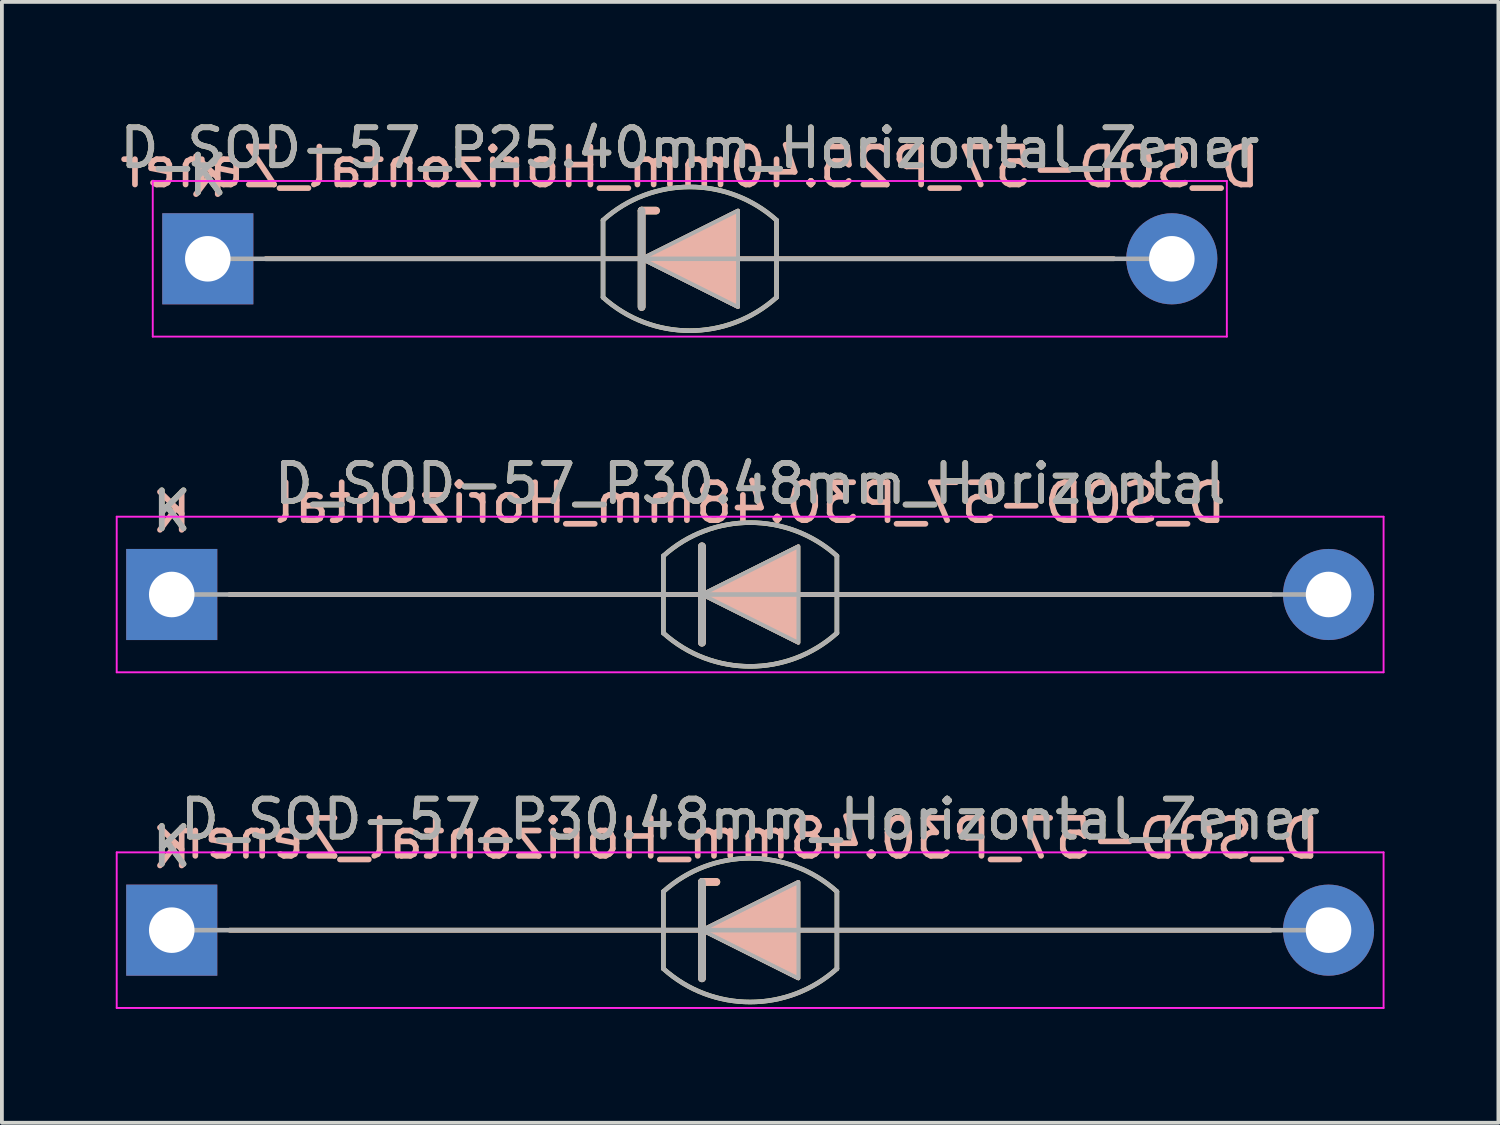
<source format=kicad_pcb>
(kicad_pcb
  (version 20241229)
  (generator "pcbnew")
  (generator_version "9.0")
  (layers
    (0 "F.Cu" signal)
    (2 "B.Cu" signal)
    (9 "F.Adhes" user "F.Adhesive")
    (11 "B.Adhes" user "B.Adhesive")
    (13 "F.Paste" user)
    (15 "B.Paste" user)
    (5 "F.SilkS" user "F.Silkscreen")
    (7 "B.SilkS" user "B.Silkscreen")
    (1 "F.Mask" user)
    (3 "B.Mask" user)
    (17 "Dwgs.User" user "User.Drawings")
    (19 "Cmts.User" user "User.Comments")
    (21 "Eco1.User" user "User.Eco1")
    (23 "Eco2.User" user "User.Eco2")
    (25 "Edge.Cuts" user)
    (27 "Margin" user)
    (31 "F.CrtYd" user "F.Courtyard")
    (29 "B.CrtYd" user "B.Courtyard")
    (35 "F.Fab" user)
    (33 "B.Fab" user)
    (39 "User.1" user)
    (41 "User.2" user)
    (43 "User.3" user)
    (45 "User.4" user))
  (footprint "D_SOD-57_P30.48mm_Horizontal"
    (layer "F.Cu")
    (at 1.475 12.614)
    (property "Reference" "D_SOD-57_P30.48mm_Horizontal" (at 15.24 -2.92 0) (layer "F.SilkS") (effects (font (size 1 1) (thickness 0.15))))
    (fp_line (start 1.524 0) (end 28.956 0) (stroke (width 0.12) (type solid)) (layer "F.SilkS"))
    (fp_line (start 12.954 -1.016) (end 12.954 1.016) (stroke (width 0.12) (type solid)) (layer "F.SilkS"))
    (fp_line (start 13.97 1.27) (end 13.97 -1.27) (stroke (width 0.2) (type solid)) (layer "F.SilkS"))
    (fp_line (start 17.526 -1.016) (end 17.526 1.016) (stroke (width 0.12) (type solid)) (layer "F.SilkS"))
    (fp_arc (start 12.954 -1.016) (mid 15.239999 -1.89322) (end 17.525998 -1.016) (stroke (width 0.12) (type solid)) (layer "F.SilkS"))
    (fp_arc (start 17.526 1.016) (mid 15.240001 1.89322) (end 12.954002 1.016) (stroke (width 0.12) (type solid)) (layer "F.SilkS"))
    (fp_poly (pts (xy 16.51 1.27) (xy 13.97 0) (xy 16.51 -1.27)) (stroke (width 0.1) (type solid)) (fill yes) (layer "F.SilkS"))
    (fp_line (start 1.524 0) (end 28.956 0) (stroke (width 0.12) (type solid)) (layer "B.SilkS"))
    (fp_line (start 13.97 -1.27) (end 13.97 1.27) (stroke (width 0.2) (type solid)) (layer "B.SilkS"))
    (fp_poly (pts (xy 16.51 -1.27) (xy 13.97 0) (xy 16.51 1.27)) (stroke (width 0.1) (type solid)) (fill yes) (layer "B.SilkS"))
    (fp_line (start -1.45 -2.05) (end -1.45 2.05) (stroke (width 0.05) (type solid)) (layer "F.CrtYd"))
    (fp_line (start -1.45 2.05) (end 31.93 2.05) (stroke (width 0.05) (type solid)) (layer "F.CrtYd"))
    (fp_line (start 31.93 -2.05) (end -1.45 -2.05) (stroke (width 0.05) (type solid)) (layer "F.CrtYd"))
    (fp_line (start 31.93 2.05) (end 31.93 -2.05) (stroke (width 0.05) (type solid)) (layer "F.CrtYd"))
    (fp_line (start 0 0) (end 30.48 0) (stroke (width 0.12) (type solid)) (layer "F.Fab"))
    (fp_line (start 12.954 -1.016) (end 12.954 1.016) (stroke (width 0.12) (type solid)) (layer "F.Fab"))
    (fp_line (start 13.97 1.27) (end 13.97 -1.27) (stroke (width 0.2) (type solid)) (layer "F.Fab"))
    (fp_line (start 17.526 -1.016) (end 17.526 1.016) (stroke (width 0.12) (type solid)) (layer "F.Fab"))
    (fp_arc (start 12.954 -1.016) (mid 15.24037 -1.894241) (end 17.527132 -1.017021) (stroke (width 0.12) (type solid)) (layer "F.Fab"))
    (fp_arc (start 17.527134 1.014979) (mid 15.240764 1.89322) (end 12.954002 1.016) (stroke (width 0.12) (type solid)) (layer "F.Fab"))
    (fp_poly (pts (xy 16.51 1.27) (xy 13.97 0) (xy 16.51 -1.27)) (stroke (width 0.1) (type solid)) (fill no) (layer "F.Fab"))
    (fp_text user "K" (at 0 -2.2 0) (layer "F.SilkS") (effects (font (size 1 1) (thickness 0.15))))
    (fp_text user "${REFERENCE}" (at 15.24 -2.413 0) (layer "B.SilkS") (effects (font (size 1 1) (thickness 0.15)) (justify mirror)))
    (fp_text user "K" (at 0 -2.159 0) (layer "B.SilkS") (effects (font (size 1 1) (thickness 0.15)) (justify mirror)))
    (fp_text user "${REFERENCE}" (at 15.24 -2.921 0) (layer "F.Fab") (effects (font (size 1 1) (thickness 0.15))))
    (fp_text user "K" (at 0 -2.2 0) (layer "F.Fab") (effects (font (size 1 1) (thickness 0.15))))
    (pad "1" thru_hole rect (at 0 0) (size 2.4 2.4) (drill 1.2) (layers "*.Cu" "*.Mask"))
    (pad "2" thru_hole oval (at 30.48 0) (size 2.4 2.4) (drill 1.2) (layers "*.Cu" "*.Mask")))
  (footprint "D_SOD-57_P25.40mm_Horizontal_Zener"
    (layer "F.Cu")
    (at 2.425 3.769)
    (property "Reference" "D_SOD-57_P25.40mm_Horizontal_Zener" (at 12.7 -2.92 0) (layer "F.SilkS") (effects (font (size 1 1) (thickness 0.15))))
    (fp_line (start 1.524 0) (end 23.876 0) (stroke (width 0.12) (type solid)) (layer "F.SilkS"))
    (fp_line (start 10.414 -1.016) (end 10.414 1.016) (stroke (width 0.12) (type solid)) (layer "F.SilkS"))
    (fp_line (start 11.43 -1.27) (end 11.811 -1.27) (stroke (width 0.2) (type solid)) (layer "F.SilkS"))
    (fp_line (start 11.43 1.27) (end 11.43 -1.27) (stroke (width 0.2) (type solid)) (layer "F.SilkS"))
    (fp_line (start 14.986 -1.016) (end 14.986 1.016) (stroke (width 0.12) (type solid)) (layer "F.SilkS"))
    (fp_arc (start 10.414 -1.016) (mid 12.699999 -1.89322) (end 14.985998 -1.016) (stroke (width 0.12) (type solid)) (layer "F.SilkS"))
    (fp_arc (start 14.986 1.016) (mid 12.700001 1.89322) (end 10.414002 1.016) (stroke (width 0.12) (type solid)) (layer "F.SilkS"))
    (fp_poly (pts (xy 13.97 1.27) (xy 11.43 0) (xy 13.97 -1.27)) (stroke (width 0.1) (type solid)) (fill yes) (layer "F.SilkS"))
    (fp_line (start 1.524 0) (end 23.876 0) (stroke (width 0.12) (type solid)) (layer "B.SilkS"))
    (fp_line (start 11.43 -1.27) (end 11.43 1.27) (stroke (width 0.2) (type solid)) (layer "B.SilkS"))
    (fp_line (start 11.43 -1.27) (end 11.811 -1.27) (stroke (width 0.2) (type solid)) (layer "B.SilkS"))
    (fp_poly (pts (xy 13.97 -1.27) (xy 11.43 0) (xy 13.97 1.27)) (stroke (width 0.1) (type solid)) (fill yes) (layer "B.SilkS"))
    (fp_line (start -1.45 -2.05) (end -1.45 2.05) (stroke (width 0.05) (type solid)) (layer "F.CrtYd"))
    (fp_line (start -1.45 2.05) (end 26.85 2.05) (stroke (width 0.05) (type solid)) (layer "F.CrtYd"))
    (fp_line (start 26.85 -2.05) (end -1.45 -2.05) (stroke (width 0.05) (type solid)) (layer "F.CrtYd"))
    (fp_line (start 26.85 2.05) (end 26.85 -2.05) (stroke (width 0.05) (type solid)) (layer "F.CrtYd"))
    (fp_line (start 0 0) (end 25.4 0) (stroke (width 0.12) (type solid)) (layer "F.Fab"))
    (fp_line (start 10.414 -1.016) (end 10.414 1.016) (stroke (width 0.12) (type solid)) (layer "F.Fab"))
    (fp_line (start 11.43 1.27) (end 11.43 -1.27) (stroke (width 0.2) (type solid)) (layer "F.Fab"))
    (fp_line (start 14.986 -1.016) (end 14.986 1.016) (stroke (width 0.12) (type solid)) (layer "F.Fab"))
    (fp_arc (start 10.414 -1.016) (mid 12.70037 -1.894241) (end 14.987132 -1.017021) (stroke (width 0.12) (type solid)) (layer "F.Fab"))
    (fp_arc (start 14.987134 1.014979) (mid 12.700764 1.89322) (end 10.414002 1.016) (stroke (width 0.12) (type solid)) (layer "F.Fab"))
    (fp_poly (pts (xy 13.97 1.27) (xy 11.43 0) (xy 13.97 -1.27)) (stroke (width 0.1) (type solid)) (fill no) (layer "F.Fab"))
    (fp_text user "K" (at 0 -2.2 0) (layer "F.SilkS") (effects (font (size 1 1) (thickness 0.15))))
    (fp_text user "K" (at 0 -2.159 0) (layer "B.SilkS") (effects (font (size 1 1) (thickness 0.15)) (justify mirror)))
    (fp_text user "${REFERENCE}" (at 12.7 -2.413 0) (layer "B.SilkS") (effects (font (size 1 1) (thickness 0.15)) (justify mirror)))
    (fp_text user "K" (at 0 -2.2 0) (layer "F.Fab") (effects (font (size 1 1) (thickness 0.15))))
    (fp_text user "${REFERENCE}" (at 12.7 -2.921 0) (layer "F.Fab") (effects (font (size 1 1) (thickness 0.15))))
    (pad "1" thru_hole rect (at 0 0) (size 2.4 2.4) (drill 1.2) (layers "*.Cu" "*.Mask"))
    (pad "2" thru_hole oval (at 25.4 0) (size 2.4 2.4) (drill 1.2) (layers "*.Cu" "*.Mask")))
  (footprint "D_SOD-57_P30.48mm_Horizontal_Zener"
    (layer "F.Cu")
    (at 1.475 21.458)
    (property "Reference" "D_SOD-57_P30.48mm_Horizontal_Zener" (at 15.24 -2.92 0) (layer "F.SilkS") (effects (font (size 1 1) (thickness 0.15))))
    (fp_line (start 1.524 0) (end 28.956 0) (stroke (width 0.12) (type solid)) (layer "F.SilkS"))
    (fp_line (start 12.954 -1.016) (end 12.954 1.016) (stroke (width 0.12) (type solid)) (layer "F.SilkS"))
    (fp_line (start 13.97 -1.27) (end 14.351 -1.27) (stroke (width 0.2) (type solid)) (layer "F.SilkS"))
    (fp_line (start 13.97 1.27) (end 13.97 -1.27) (stroke (width 0.2) (type solid)) (layer "F.SilkS"))
    (fp_line (start 17.526 -1.016) (end 17.526 1.016) (stroke (width 0.12) (type solid)) (layer "F.SilkS"))
    (fp_arc (start 12.954 -1.016) (mid 15.239999 -1.89322) (end 17.525998 -1.016) (stroke (width 0.12) (type solid)) (layer "F.SilkS"))
    (fp_arc (start 17.526 1.016) (mid 15.240001 1.89322) (end 12.954002 1.016) (stroke (width 0.12) (type solid)) (layer "F.SilkS"))
    (fp_poly (pts (xy 16.51 1.27) (xy 13.97 0) (xy 16.51 -1.27)) (stroke (width 0.1) (type solid)) (fill yes) (layer "F.SilkS"))
    (fp_line (start 1.524 0) (end 28.956 0) (stroke (width 0.12) (type solid)) (layer "B.SilkS"))
    (fp_line (start 13.97 -1.27) (end 13.97 1.27) (stroke (width 0.2) (type solid)) (layer "B.SilkS"))
    (fp_line (start 13.97 -1.27) (end 14.351 -1.27) (stroke (width 0.2) (type solid)) (layer "B.SilkS"))
    (fp_poly (pts (xy 16.51 -1.27) (xy 13.97 0) (xy 16.51 1.27)) (stroke (width 0.1) (type solid)) (fill yes) (layer "B.SilkS"))
    (fp_line (start -1.45 -2.05) (end -1.45 2.05) (stroke (width 0.05) (type solid)) (layer "F.CrtYd"))
    (fp_line (start -1.45 2.05) (end 31.93 2.05) (stroke (width 0.05) (type solid)) (layer "F.CrtYd"))
    (fp_line (start 31.93 -2.05) (end -1.45 -2.05) (stroke (width 0.05) (type solid)) (layer "F.CrtYd"))
    (fp_line (start 31.93 2.05) (end 31.93 -2.05) (stroke (width 0.05) (type solid)) (layer "F.CrtYd"))
    (fp_line (start 0 0) (end 30.48 0) (stroke (width 0.12) (type solid)) (layer "F.Fab"))
    (fp_line (start 12.954 -1.016) (end 12.954 1.016) (stroke (width 0.12) (type solid)) (layer "F.Fab"))
    (fp_line (start 13.97 1.27) (end 13.97 -1.27) (stroke (width 0.2) (type solid)) (layer "F.Fab"))
    (fp_line (start 17.526 -1.016) (end 17.526 1.016) (stroke (width 0.12) (type solid)) (layer "F.Fab"))
    (fp_arc (start 12.954 -1.016) (mid 15.24037 -1.894241) (end 17.527132 -1.017021) (stroke (width 0.12) (type solid)) (layer "F.Fab"))
    (fp_arc (start 17.527134 1.014979) (mid 15.240764 1.89322) (end 12.954002 1.016) (stroke (width 0.12) (type solid)) (layer "F.Fab"))
    (fp_poly (pts (xy 16.51 1.27) (xy 13.97 0) (xy 16.51 -1.27)) (stroke (width 0.1) (type solid)) (fill no) (layer "F.Fab"))
    (fp_text user "K" (at 0 -2.2 0) (layer "F.SilkS") (effects (font (size 1 1) (thickness 0.15))))
    (fp_text user "${REFERENCE}" (at 15.24 -2.413 0) (layer "B.SilkS") (effects (font (size 1 1) (thickness 0.15)) (justify mirror)))
    (fp_text user "K" (at 0 -2.159 0) (layer "B.SilkS") (effects (font (size 1 1) (thickness 0.15)) (justify mirror)))
    (fp_text user "K" (at 0 -2.2 0) (layer "F.Fab") (effects (font (size 1 1) (thickness 0.15))))
    (fp_text user "${REFERENCE}" (at 15.24 -2.921 0) (layer "F.Fab") (effects (font (size 1 1) (thickness 0.15))))
    (pad "1" thru_hole rect (at 0 0) (size 2.4 2.4) (drill 1.2) (layers "*.Cu" "*.Mask"))
    (pad "2" thru_hole oval (at 30.48 0) (size 2.4 2.4) (drill 1.2) (layers "*.Cu" "*.Mask")))
  (gr_rect
    (start -3 -3)
    (end 36.43 26.533)
    (stroke (width 0.1) (type default))
    (fill no)
    (layer "Edge.Cuts")))
</source>
